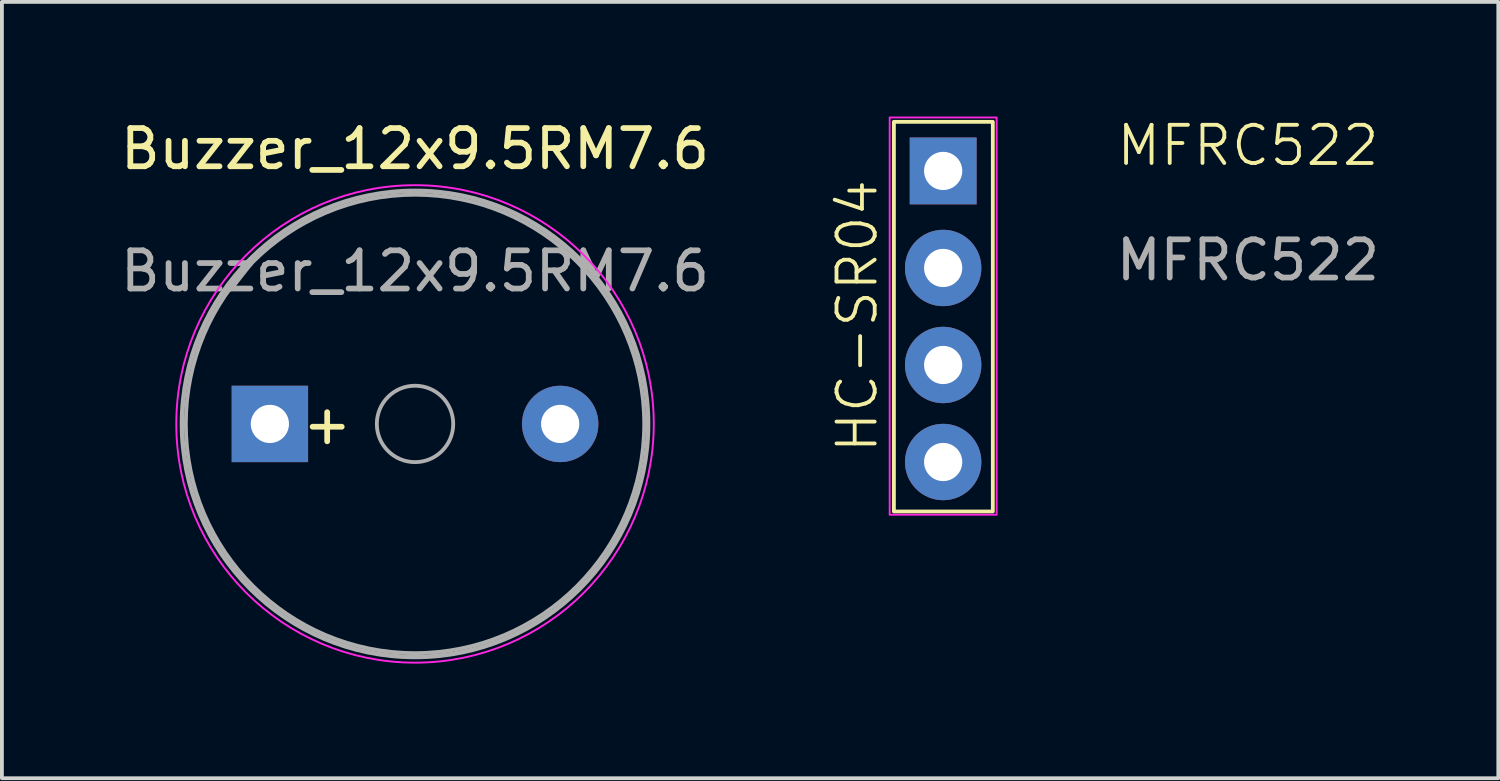
<source format=kicad_pcb>
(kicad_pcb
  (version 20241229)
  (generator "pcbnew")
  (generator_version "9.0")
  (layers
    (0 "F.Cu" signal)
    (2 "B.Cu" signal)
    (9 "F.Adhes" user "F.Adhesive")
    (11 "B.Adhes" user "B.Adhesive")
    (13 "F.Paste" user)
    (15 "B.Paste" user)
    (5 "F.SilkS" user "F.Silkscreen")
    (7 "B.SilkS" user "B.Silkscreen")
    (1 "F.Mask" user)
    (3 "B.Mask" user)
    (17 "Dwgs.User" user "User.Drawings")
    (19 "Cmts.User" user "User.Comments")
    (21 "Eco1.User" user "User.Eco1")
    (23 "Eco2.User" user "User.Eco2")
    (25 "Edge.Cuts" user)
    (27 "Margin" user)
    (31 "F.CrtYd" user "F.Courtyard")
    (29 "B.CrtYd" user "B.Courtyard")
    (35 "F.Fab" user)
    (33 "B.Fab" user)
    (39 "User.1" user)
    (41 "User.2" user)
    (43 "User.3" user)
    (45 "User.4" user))
  (footprint "MFRC522"
    (layer "F.Cu")
    (at 29.62 1.26)
    (property "Reference" "MFRC522" (at 0 -0.5 0) (unlocked yes) (layer "F.SilkS") (effects (font (size 1 1) (thickness 0.1))))
    (attr through_hole)
    (fp_text user "${REFERENCE}" (at 0 2.5 0) (unlocked yes) (layer "F.Fab") (effects (font (size 1 1) (thickness 0.15)))))
  (footprint "HC-SR04"
    (layer "F.Cu")
    (at 21.641 1.425)
    (property "Reference" "HC-SR04" (at -2.25 3.8 90) (unlocked yes) (layer "F.SilkS") (effects (font (size 1 1) (thickness 0.1))))
    (attr through_hole)
    (fp_rect (start -1.29 -1.285) (end 1.3 8.915) (stroke (width 0.1) (type default)) (fill no) (layer "F.SilkS"))
    (fp_rect (start -1.4 -1.4) (end 1.4 9) (stroke (width 0.05) (type default)) (fill no) (layer "F.CrtYd"))
    (pad "1" thru_hole rect (at 0 0 90) (size 1.75 1.75) (drill 1) (layers "*.Cu" "*.Mask"))
    (pad "2" thru_hole circle (at 0 2.54 90) (size 2 2) (drill 1) (layers "*.Cu" "*.Mask"))
    (pad "3" thru_hole circle (at 0 5.08 90) (size 2 2) (drill 1) (layers "*.Cu" "*.Mask"))
    (pad "4" thru_hole circle (at 0 7.62 90) (size 2 2) (drill 1) (layers "*.Cu" "*.Mask")))
  (footprint "Buzzer_12x9.5RM7.6"
    (layer "F.Cu")
    (at 4.015 8.048)
    (property "Reference" "Buzzer_12x9.5RM7.6" (at 3.8 -7.2 0) (layer "F.SilkS") (effects (font (size 1 1) (thickness 0.15))))
    (attr through_hole)
    (fp_circle (center 3.8 0) (end 10.05 0) (stroke (width 0.05) (type solid)) (fill no) (layer "F.CrtYd"))
    (fp_circle (center 3.8 0) (end 4.8 0) (stroke (width 0.1) (type solid)) (fill no) (layer "F.Fab"))
    (fp_circle (center 3.8 0) (end 9.8 0) (stroke (width 0.1) (type solid)) (fill no) (layer "F.Fab"))
    (fp_circle (center 3.8 0) (end 9.9 0) (stroke (width 0.12) (type solid)) (fill no) (layer "F.Fab"))
    (fp_text user "+" (at 1.5 0 0) (layer "F.SilkS") (effects (font (size 1 1) (thickness 0.15))))
    (fp_text user "${REFERENCE}" (at 3.8 -4 0) (layer "F.Fab") (effects (font (size 1 1) (thickness 0.15))))
    (pad "1" thru_hole rect (at 0 0) (size 2 2) (drill 1) (layers "*.Cu" "*.Mask"))
    (pad "2" thru_hole circle (at 7.6 0) (size 2 2) (drill 1) (layers "*.Cu" "*.Mask")))
  (gr_rect
    (start -3 -3)
    (end 36.174 17.323)
    (stroke (width 0.1) (type default))
    (fill no)
    (layer "Edge.Cuts")))
</source>
